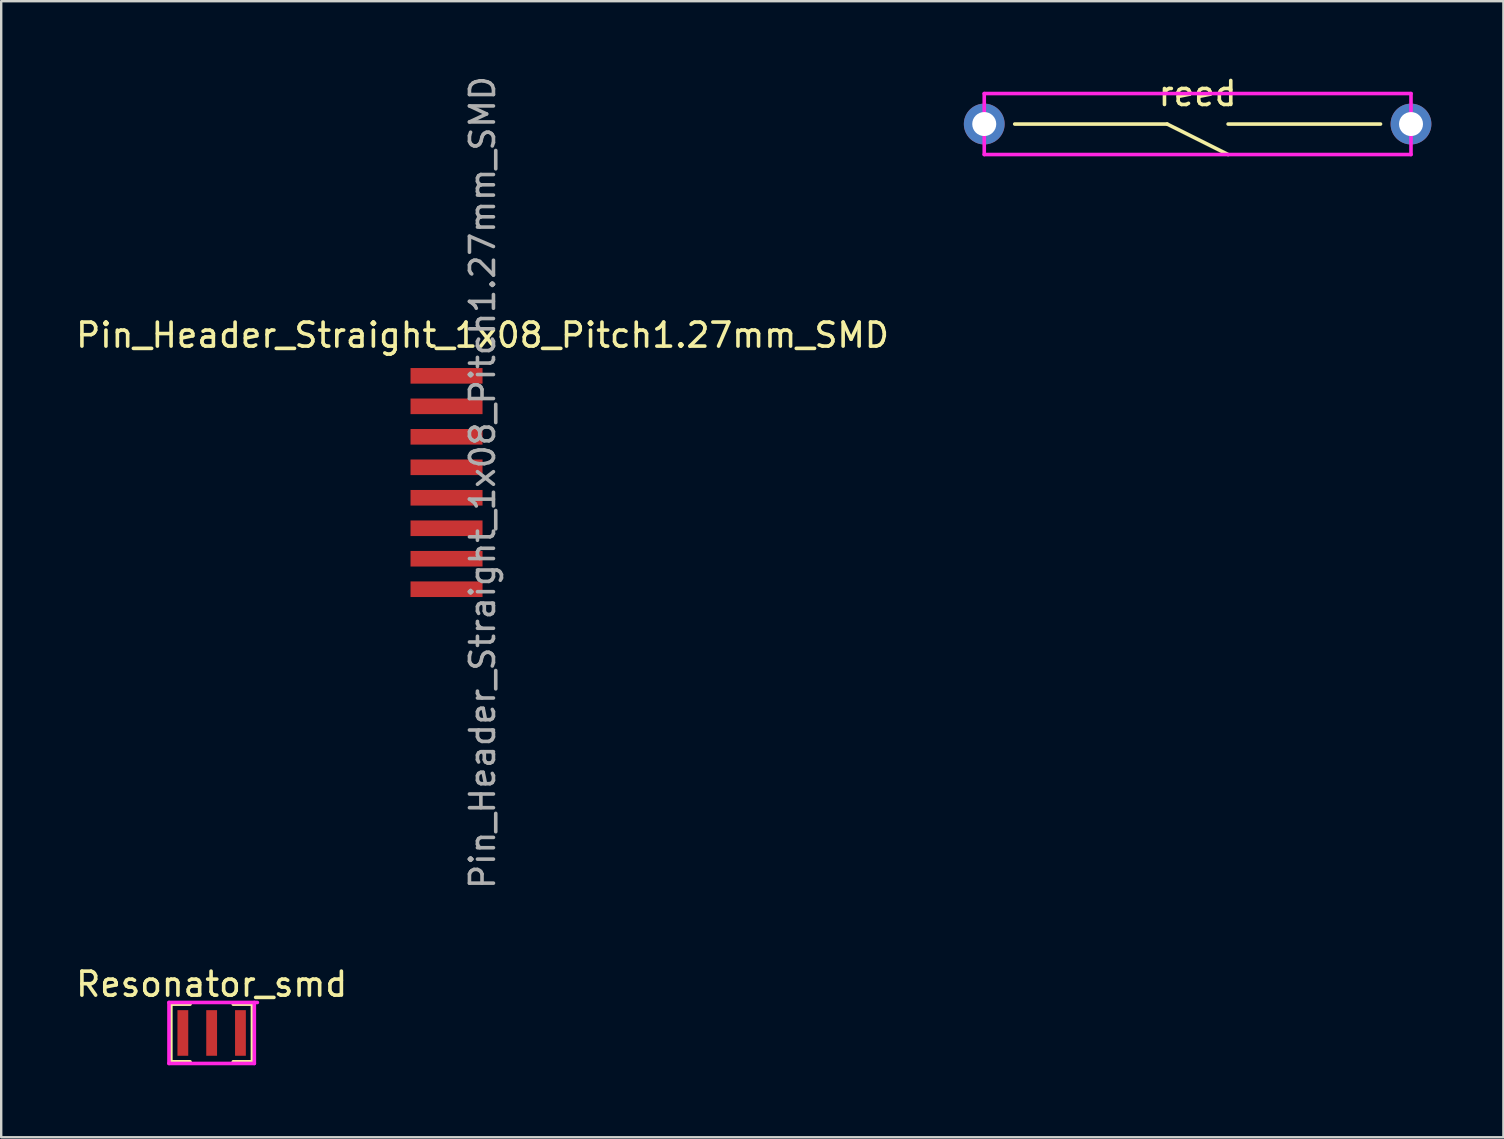
<source format=kicad_pcb>
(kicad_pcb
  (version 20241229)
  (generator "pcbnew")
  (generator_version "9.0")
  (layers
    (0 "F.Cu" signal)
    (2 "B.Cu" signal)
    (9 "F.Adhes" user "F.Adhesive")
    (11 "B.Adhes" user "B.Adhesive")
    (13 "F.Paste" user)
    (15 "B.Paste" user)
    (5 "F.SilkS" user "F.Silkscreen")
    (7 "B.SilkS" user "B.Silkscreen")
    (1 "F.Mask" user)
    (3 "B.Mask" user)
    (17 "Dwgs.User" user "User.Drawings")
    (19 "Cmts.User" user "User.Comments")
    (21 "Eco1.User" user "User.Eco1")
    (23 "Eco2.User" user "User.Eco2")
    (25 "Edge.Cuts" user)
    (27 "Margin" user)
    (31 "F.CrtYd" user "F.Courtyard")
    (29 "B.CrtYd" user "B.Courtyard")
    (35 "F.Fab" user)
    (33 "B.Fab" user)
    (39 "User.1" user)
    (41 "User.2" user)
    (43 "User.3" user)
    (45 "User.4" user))
  (footprint "Resonator_smd"
    (layer "F.Cu")
    (at 5.768 39.987)
    (property "Reference" "Resonator_smd" (at 0 -2.032 0) (layer "F.SilkS") (effects (font (size 1 1) (thickness 0.15))))
    (attr smd)
    (fp_line (start -1.7 -1.2) (end -1.7 1.2) (stroke (width 0.15) (type solid)) (layer "F.SilkS"))
    (fp_line (start -1.7 1.2) (end -0.9 1.2) (stroke (width 0.15) (type solid)) (layer "F.SilkS"))
    (fp_line (start -0.9 -1.2) (end -1.7 -1.2) (stroke (width 0.15) (type solid)) (layer "F.SilkS"))
    (fp_line (start 0.9 1.2) (end 1.7 1.2) (stroke (width 0.15) (type solid)) (layer "F.SilkS"))
    (fp_line (start 1.7 -1.2) (end 0.9 -1.2) (stroke (width 0.15) (type solid)) (layer "F.SilkS"))
    (fp_line (start 1.7 -1.2) (end 1.7 1.2) (stroke (width 0.15) (type solid)) (layer "F.SilkS"))
    (fp_line (start -1.778 -1.27) (end 1.905 -1.27) (stroke (width 0.15) (type solid)) (layer "F.CrtYd"))
    (fp_line (start -1.778 1.27) (end -1.778 -1.27) (stroke (width 0.15) (type solid)) (layer "F.CrtYd"))
    (fp_line (start 1.778 -1.27) (end 1.778 1.27) (stroke (width 0.15) (type solid)) (layer "F.CrtYd"))
    (fp_line (start 1.778 1.27) (end -1.778 1.27) (stroke (width 0.15) (type solid)) (layer "F.CrtYd"))
    (pad "1" smd rect (at -1.2 0) (size 0.45 1.9) (layers "F.Cu" "F.Mask" "F.Paste"))
    (pad "2" smd rect (at 0 0) (size 0.45 1.9) (layers "F.Cu" "F.Mask" "F.Paste"))
    (pad "3" smd rect (at 1.2 0) (size 0.45 1.9) (layers "F.Cu" "F.Mask" "F.Paste")))
  (footprint "Pin_Header_Straight_1x08_Pitch1.27mm_SMD"
    (layer "F.Cu")
    (at 17.054 17.054)
    (property "Reference" "Pin_Header_Straight_1x08_Pitch1.27mm_SMD" (at 0 -6.14 0) (layer "F.SilkS") (effects (font (size 1 1) (thickness 0.15))))
    (attr smd)
    (fp_text user "${REFERENCE}" (at 0 0 90) (layer "F.Fab") (effects (font (size 1 1) (thickness 0.15))))
    (pad "1" smd rect (at -1.5 -4.445) (size 3 0.65) (layers "F.Cu" "F.Mask" "F.Paste"))
    (pad "2" smd rect (at -1.5 -3.175) (size 3 0.65) (layers "F.Cu" "F.Mask" "F.Paste"))
    (pad "3" smd rect (at -1.5 -1.905) (size 3 0.65) (layers "F.Cu" "F.Mask" "F.Paste"))
    (pad "4" smd rect (at -1.5 -0.635) (size 3 0.65) (layers "F.Cu" "F.Mask" "F.Paste"))
    (pad "5" smd rect (at -1.5 0.635) (size 3 0.65) (layers "F.Cu" "F.Mask" "F.Paste"))
    (pad "6" smd rect (at -1.5 1.905) (size 3 0.65) (layers "F.Cu" "F.Mask" "F.Paste"))
    (pad "7" smd rect (at -1.5 3.175) (size 3 0.65) (layers "F.Cu" "F.Mask" "F.Paste"))
    (pad "8" smd rect (at -1.5 4.445) (size 3 0.65) (layers "F.Cu" "F.Mask" "F.Paste")))
  (footprint "reed"
    (layer "F.Cu")
    (at 46.847 2.118)
    (property "Reference" "reed" (at 0 -1.27 0) (layer "F.SilkS") (effects (font (size 1 1) (thickness 0.15))))
    (attr through_hole)
    (fp_line (start -7.62 0) (end -1.27 0) (stroke (width 0.15) (type solid)) (layer "F.SilkS"))
    (fp_line (start -1.27 0) (end 1.27 1.27) (stroke (width 0.15) (type solid)) (layer "F.SilkS"))
    (fp_line (start 1.27 0) (end 7.62 0) (stroke (width 0.15) (type solid)) (layer "F.SilkS"))
    (fp_line (start -8.89 -1.27) (end -8.89 1.27) (stroke (width 0.15) (type solid)) (layer "F.CrtYd"))
    (fp_line (start -8.89 1.27) (end 8.89 1.27) (stroke (width 0.15) (type solid)) (layer "F.CrtYd"))
    (fp_line (start 8.89 -1.27) (end -8.89 -1.27) (stroke (width 0.15) (type solid)) (layer "F.CrtYd"))
    (fp_line (start 8.89 1.27) (end 8.89 -1.27) (stroke (width 0.15) (type solid)) (layer "F.CrtYd"))
    (pad "1" thru_hole circle (at -8.89 0) (size 1.7 1.7) (drill 1) (layers "*.Cu" "*.Mask"))
    (pad "2" thru_hole circle (at 8.89 0) (size 1.7 1.7) (drill 1) (layers "*.Cu" "*.Mask")))
  (gr_rect
    (start -3 -3)
    (end 59.587 44.332)
    (stroke (width 0.1) (type default))
    (fill no)
    (layer "Edge.Cuts")))
</source>
